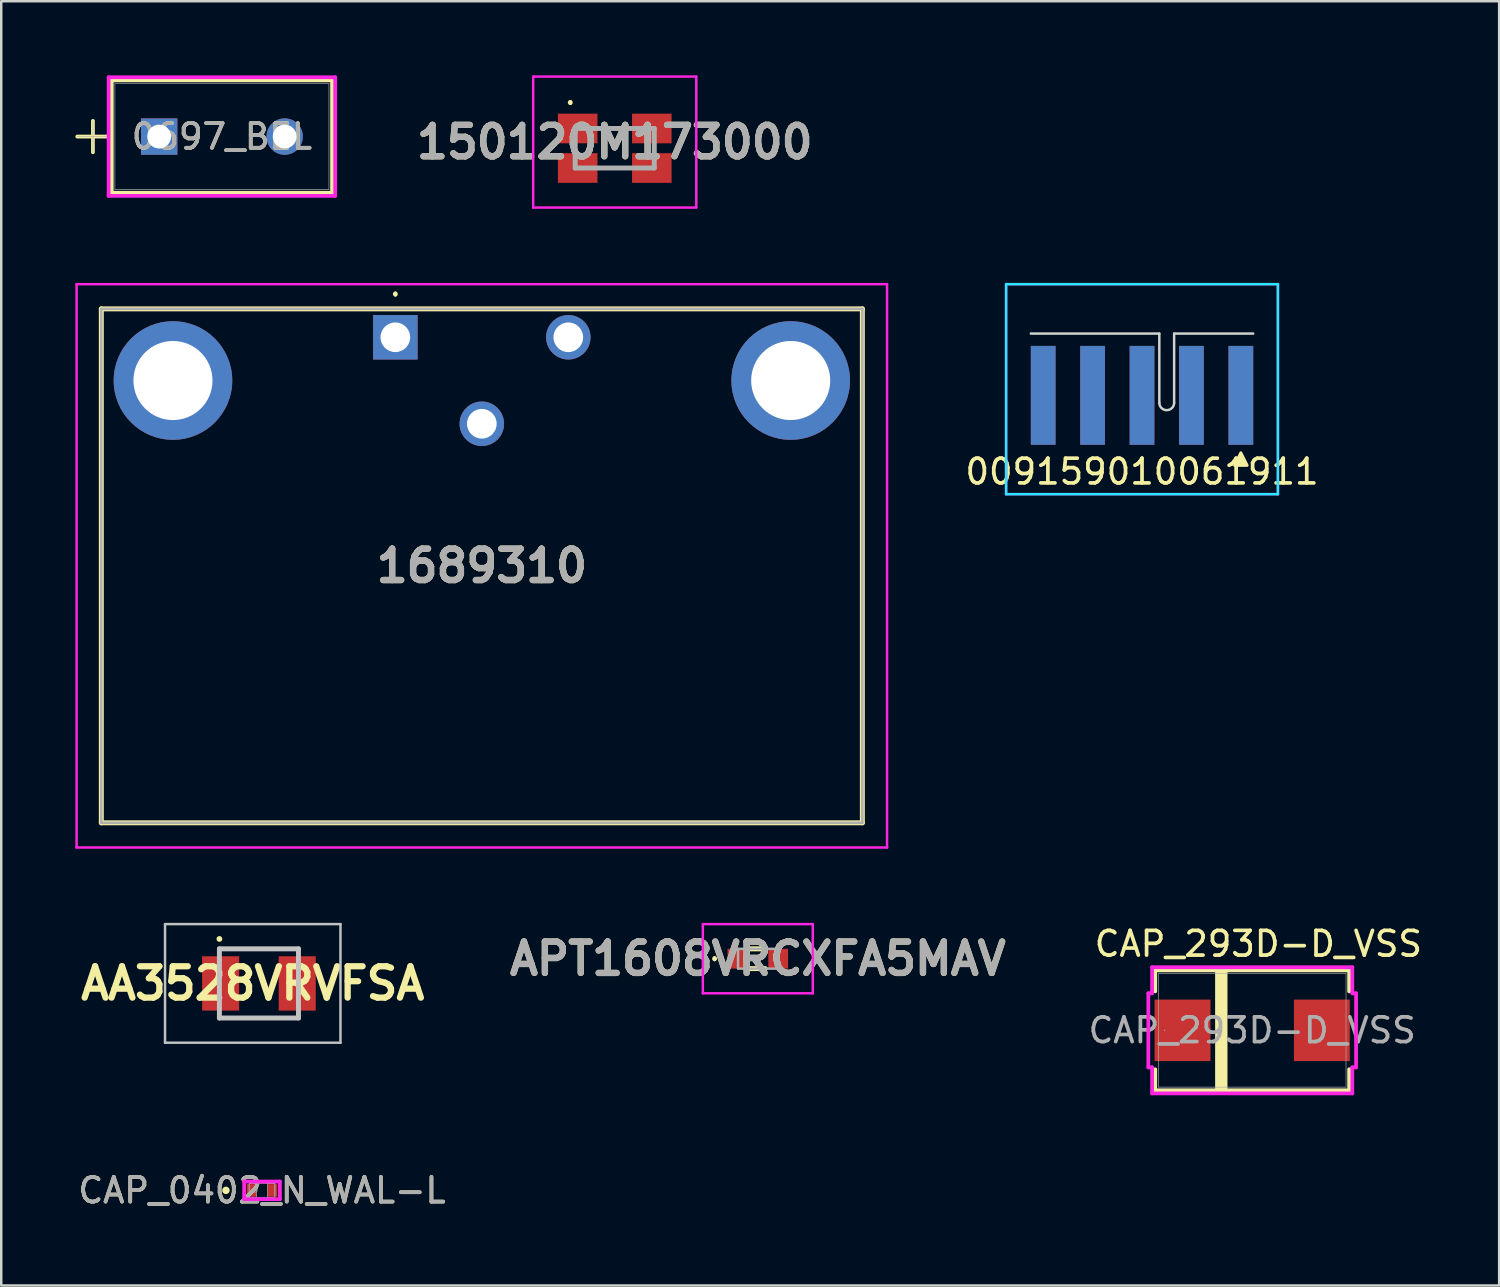
<source format=kicad_pcb>
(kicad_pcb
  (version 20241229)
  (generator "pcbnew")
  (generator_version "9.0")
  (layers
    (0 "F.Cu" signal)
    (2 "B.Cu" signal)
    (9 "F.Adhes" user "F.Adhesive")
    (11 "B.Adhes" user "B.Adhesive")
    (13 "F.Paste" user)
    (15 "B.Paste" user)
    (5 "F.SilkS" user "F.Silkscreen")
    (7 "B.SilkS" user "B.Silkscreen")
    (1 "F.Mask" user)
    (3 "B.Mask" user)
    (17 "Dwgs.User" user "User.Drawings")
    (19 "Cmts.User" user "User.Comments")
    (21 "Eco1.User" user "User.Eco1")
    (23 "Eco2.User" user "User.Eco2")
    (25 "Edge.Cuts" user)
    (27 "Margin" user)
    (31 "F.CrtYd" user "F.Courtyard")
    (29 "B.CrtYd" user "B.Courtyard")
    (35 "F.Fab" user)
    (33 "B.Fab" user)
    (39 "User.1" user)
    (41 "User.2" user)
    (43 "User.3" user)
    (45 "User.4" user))
  (footprint "009159010061911"
    (layer "F.Cu")
    (at 43.168 10.45)
    (property "Reference" "009159010061911" (at 0 5.588 0) (unlocked yes) (layer "F.SilkS") (effects (font (size 1 1) (thickness 0.15))))
    (fp_poly (pts (xy 3.746 5.334) (xy 4 4.826) (xy 4.254 5.334)) (stroke (width 0.12) (type solid)) (fill yes) (layer "F.SilkS"))
    (fp_line (start -4.5 0) (end 0.7 0) (stroke (width 0.1) (type solid)) (layer "Edge.Cuts"))
    (fp_line (start 0.7 0) (end 0.7 2.8) (stroke (width 0.1) (type solid)) (layer "Edge.Cuts"))
    (fp_line (start 1.3 0) (end 1.3 2.8) (stroke (width 0.1) (type solid)) (layer "Edge.Cuts"))
    (fp_line (start 1.3 0) (end 4.5 0) (stroke (width 0.1) (type solid)) (layer "Edge.Cuts"))
    (fp_arc (start 1.3 2.8) (mid 1 3.1) (end 0.7 2.8) (stroke (width 0.1) (type solid)) (layer "Edge.Cuts"))
    (fp_line (start -5.5 -2) (end 5.5 -2) (stroke (width 0.1) (type solid)) (layer "B.CrtYd"))
    (fp_line (start -5.5 6.5) (end -5.5 -2) (stroke (width 0.1) (type solid)) (layer "B.CrtYd"))
    (fp_line (start 5.5 -2) (end 5.5 6.5) (stroke (width 0.1) (type solid)) (layer "B.CrtYd"))
    (fp_line (start 5.5 6.5) (end -5.5 6.5) (stroke (width 0.1) (type solid)) (layer "B.CrtYd"))
    (fp_line (start -5.5 -2) (end 5.5 -2) (stroke (width 0.1) (type solid)) (layer "F.CrtYd"))
    (fp_line (start -5.5 6.5) (end -5.5 -2) (stroke (width 0.1) (type solid)) (layer "F.CrtYd"))
    (fp_line (start 5.5 -2) (end 5.5 6.5) (stroke (width 0.1) (type solid)) (layer "F.CrtYd"))
    (fp_line (start 5.5 6.5) (end -5.5 6.5) (stroke (width 0.1) (type solid)) (layer "F.CrtYd"))
    (pad "1" connect rect (at 4 2.5) (size 1 4) (layers "F.Cu" "F.Mask"))
    (pad "2" connect rect (at 2 2.5) (size 1 4) (layers "F.Cu" "F.Mask"))
    (pad "3" connect rect (at 0 2.5) (size 1 4) (layers "F.Cu" "F.Mask"))
    (pad "4" connect rect (at -2 2.5) (size 1 4) (layers "F.Cu" "F.Mask"))
    (pad "5" connect rect (at -4 2.5) (size 1 4) (layers "F.Cu" "F.Mask"))
    (pad "6" connect rect (at 4 2.5) (size 1 4) (layers "B.Cu" "B.Mask"))
    (pad "7" connect rect (at 2 2.5) (size 1 4) (layers "B.Cu" "B.Mask"))
    (pad "8" connect rect (at 0 2.5) (size 1 4) (layers "B.Cu" "B.Mask"))
    (pad "9" connect rect (at -2 2.5) (size 1 4) (layers "B.Cu" "B.Mask"))
    (pad "10" connect rect (at -4 2.5) (size 1 4) (layers "B.Cu" "B.Mask")))
  (footprint "AA3528VRVFSA"
    (layer "F.Cu")
    (at 7.429 36.75)
    (property "Reference" "AA3528VRVFSA" (at -0.25 0 0) (layer "F.SilkS") (effects (font (size 1.27 1.27) (thickness 0.254))))
    (attr smd)
    (fp_line (start -1.55 -1.4) (end 1.55 -1.4) (stroke (width 0.1) (type solid)) (layer "F.SilkS"))
    (fp_line (start -1.55 1.4) (end 1.55 1.4) (stroke (width 0.1) (type solid)) (layer "F.SilkS"))
    (fp_circle (center -1.6 -1.8) (end -1.543 -1.8) (stroke (width 0.12) (type solid)) (fill yes) (layer "F.SilkS"))
    (fp_line (start -3.8 -2.4) (end 3.3 -2.4) (stroke (width 0.1) (type solid)) (layer "Dwgs.User"))
    (fp_line (start -3.8 2.4) (end -3.8 -2.4) (stroke (width 0.1) (type solid)) (layer "Dwgs.User"))
    (fp_line (start -1.6 -1.4) (end 1.6 -1.4) (stroke (width 0.2) (type solid)) (layer "Dwgs.User"))
    (fp_line (start -1.6 1.4) (end -1.6 -1.4) (stroke (width 0.2) (type solid)) (layer "Dwgs.User"))
    (fp_line (start 1.6 -1.4) (end 1.6 1.4) (stroke (width 0.2) (type solid)) (layer "Dwgs.User"))
    (fp_line (start 1.6 1.4) (end -1.6 1.4) (stroke (width 0.2) (type solid)) (layer "Dwgs.User"))
    (fp_line (start 3.3 -2.4) (end 3.3 2.4) (stroke (width 0.1) (type solid)) (layer "Dwgs.User"))
    (fp_line (start 3.3 2.4) (end -3.8 2.4) (stroke (width 0.1) (type solid)) (layer "Dwgs.User"))
    (pad "1" smd rect (at -1.55 0) (size 1.5 2.2) (layers "F.Cu" "F.Mask" "F.Paste"))
    (pad "2" smd rect (at 1.55 0) (size 1.5 2.2) (layers "F.Cu" "F.Mask" "F.Paste")))
  (footprint "0697_BEL"
    (layer "F.Cu")
    (at 3.391 2.477)
    (property "Reference" "0697_BEL" (at 2.54 0 0) (unlocked yes) (layer "F.SilkS") (effects (font (size 1 1) (thickness 0.15))))
    (attr through_hole)
    (fp_line (start -3.315 0) (end -2.045 0) (stroke (width 0.152) (type solid)) (layer "F.SilkS"))
    (fp_line (start -2.68 -0.635) (end -2.68 0.635) (stroke (width 0.152) (type solid)) (layer "F.SilkS"))
    (fp_line (start -1.918 -2.273) (end -1.918 2.273) (stroke (width 0.152) (type solid)) (layer "F.SilkS"))
    (fp_line (start 6.998 -2.273) (end -1.918 -2.273) (stroke (width 0.152) (type solid)) (layer "F.SilkS"))
    (fp_line (start 6.998 -2.273) (end 6.998 2.273) (stroke (width 0.152) (type solid)) (layer "F.SilkS"))
    (fp_line (start 6.998 2.273) (end -1.918 2.273) (stroke (width 0.152) (type solid)) (layer "F.SilkS"))
    (fp_line (start -2.045 -2.4) (end 7.125 -2.4) (stroke (width 0.152) (type solid)) (layer "F.CrtYd"))
    (fp_line (start -2.045 2.4) (end -2.045 -2.4) (stroke (width 0.152) (type solid)) (layer "F.CrtYd"))
    (fp_line (start 7.125 -2.4) (end 7.125 2.4) (stroke (width 0.152) (type solid)) (layer "F.CrtYd"))
    (fp_line (start 7.125 2.4) (end -2.045 2.4) (stroke (width 0.152) (type solid)) (layer "F.CrtYd"))
    (fp_line (start -3.315 0) (end -2.045 0) (stroke (width 0.025) (type solid)) (layer "F.Fab"))
    (fp_line (start -2.68 -0.635) (end -2.68 0.635) (stroke (width 0.025) (type solid)) (layer "F.Fab"))
    (fp_line (start -1.791 -2.146) (end -1.791 2.146) (stroke (width 0.025) (type solid)) (layer "F.Fab"))
    (fp_line (start 6.871 -2.146) (end -1.791 -2.146) (stroke (width 0.025) (type solid)) (layer "F.Fab"))
    (fp_line (start 6.871 -2.146) (end 6.871 2.146) (stroke (width 0.025) (type solid)) (layer "F.Fab"))
    (fp_line (start 6.871 2.146) (end -1.791 2.146) (stroke (width 0.025) (type solid)) (layer "F.Fab"))
    (fp_text user "${REFERENCE}" (at 2.54 0 0) (unlocked yes) (layer "F.Fab") (effects (font (size 1 1) (thickness 0.15))))
    (pad "1" thru_hole rect (at 0 0) (size 1.473 1.473) (drill 0.965) (layers "*.Cu" "*.Mask"))
    (pad "2" thru_hole circle (at 5.08 0) (size 1.473 1.473) (drill 0.965) (layers "*.Cu" "*.Mask")))
  (footprint "CAP_293D-D_VSS"
    (layer "F.Cu")
    (at 47.627 38.648)
    (property "Reference" "CAP_293D-D_VSS" (at 0.25 -3.5 0) (unlocked yes) (layer "F.SilkS") (effects (font (size 1 1) (thickness 0.15))))
    (attr smd)
    (fp_line (start -3.924 -2.426) (end -3.924 -1.577) (stroke (width 0.152) (type solid)) (layer "F.SilkS"))
    (fp_line (start -3.924 1.577) (end -3.924 2.426) (stroke (width 0.152) (type solid)) (layer "F.SilkS"))
    (fp_line (start -3.924 2.426) (end 3.924 2.426) (stroke (width 0.152) (type solid)) (layer "F.SilkS"))
    (fp_line (start 3.924 -2.426) (end -3.924 -2.426) (stroke (width 0.152) (type solid)) (layer "F.SilkS"))
    (fp_line (start 3.924 -1.577) (end 3.924 -2.426) (stroke (width 0.152) (type solid)) (layer "F.SilkS"))
    (fp_line (start 3.924 2.426) (end 3.924 1.577) (stroke (width 0.152) (type solid)) (layer "F.SilkS"))
    (fp_poly (pts (xy -1 -2.5) (xy -1 2.5) (xy -1.5 2.5) (xy -1.5 -2.5)) (stroke (width 0) (type solid)) (fill yes) (layer "F.SilkS"))
    (fp_line (start -4.204 -1.499) (end -4.051 -1.499) (stroke (width 0.152) (type solid)) (layer "F.CrtYd"))
    (fp_line (start -4.204 1.499) (end -4.204 -1.499) (stroke (width 0.152) (type solid)) (layer "F.CrtYd"))
    (fp_line (start -4.051 -2.553) (end 4.051 -2.553) (stroke (width 0.152) (type solid)) (layer "F.CrtYd"))
    (fp_line (start -4.051 -1.499) (end -4.051 -2.553) (stroke (width 0.152) (type solid)) (layer "F.CrtYd"))
    (fp_line (start -4.051 1.499) (end -4.204 1.499) (stroke (width 0.152) (type solid)) (layer "F.CrtYd"))
    (fp_line (start -4.051 2.553) (end -4.051 1.499) (stroke (width 0.152) (type solid)) (layer "F.CrtYd"))
    (fp_line (start 4.051 -2.553) (end 4.051 -1.499) (stroke (width 0.152) (type solid)) (layer "F.CrtYd"))
    (fp_line (start 4.051 -1.499) (end 4.204 -1.499) (stroke (width 0.152) (type solid)) (layer "F.CrtYd"))
    (fp_line (start 4.051 1.499) (end 4.051 2.553) (stroke (width 0.152) (type solid)) (layer "F.CrtYd"))
    (fp_line (start 4.051 2.553) (end -4.051 2.553) (stroke (width 0.152) (type solid)) (layer "F.CrtYd"))
    (fp_line (start 4.204 -1.499) (end 4.204 1.499) (stroke (width 0.152) (type solid)) (layer "F.CrtYd"))
    (fp_line (start 4.204 1.499) (end 4.051 1.499) (stroke (width 0.152) (type solid)) (layer "F.CrtYd"))
    (fp_line (start -3.797 -2.299) (end -3.797 2.299) (stroke (width 0.025) (type solid)) (layer "F.Fab"))
    (fp_line (start -3.797 2.299) (end 3.797 2.299) (stroke (width 0.025) (type solid)) (layer "F.Fab"))
    (fp_line (start 3.797 -2.299) (end -3.797 -2.299) (stroke (width 0.025) (type solid)) (layer "F.Fab"))
    (fp_line (start 3.797 2.299) (end 3.797 -2.299) (stroke (width 0.025) (type solid)) (layer "F.Fab"))
    (fp_circle (center -3.543 0) (end -3.543 0) (stroke (width 0.025) (type solid)) (fill no) (layer "F.Fab"))
    (fp_text user "${REFERENCE}" (at 0 0 0) (unlocked yes) (layer "F.Fab") (effects (font (size 1 1) (thickness 0.15))))
    (pad "1" smd rect (at -2.819 0 90) (size 2.489 2.261) (layers "F.Cu" "F.Mask" "F.Paste"))
    (pad "2" smd rect (at 2.819 0 90) (size 2.489 2.261) (layers "F.Cu" "F.Mask" "F.Paste"))
    (zone (net_name "") (layer "F.Cu") (hatch full 0.508) (connect_pads) (min_thickness 0.254) (filled_areas_thickness no) (keepout (tracks not_allowed) (vias not_allowed) (pads allowed) (copperpour not_allowed) (footprints allowed)) (placement (enabled no)) (fill) (polygon (pts (xy 43.88 36.4) (xy 51.373 36.4) (xy 51.373 37.353) (xy 43.88 37.353))))
    (zone (net_name "") (layer "F.Cu") (hatch full 0.508) (connect_pads) (min_thickness 0.254) (filled_areas_thickness no) (keepout (tracks not_allowed) (vias not_allowed) (pads allowed) (copperpour not_allowed) (footprints allowed)) (placement (enabled no)) (fill) (polygon (pts (xy 43.88 39.944) (xy 51.373 39.944) (xy 51.373 40.896) (xy 43.88 40.896))))
    (zone (net_name "") (layer "F.Cu") (hatch full 0.508) (connect_pads) (min_thickness 0.254) (filled_areas_thickness no) (keepout (tracks not_allowed) (vias not_allowed) (pads allowed) (copperpour not_allowed) (footprints allowed)) (placement (enabled no)) (fill) (polygon (pts (xy 45.988 37.353) (xy 49.265 37.353) (xy 49.265 39.944) (xy 45.988 39.944)))))
  (footprint "APT1608VRCXFA5MAV"
    (layer "F.Cu")
    (at 27.62 35.75)
    (property "Reference" "APT1608VRCXFA5MAV" (at 0 0 0) (layer "F.SilkS") (effects (font (size 1.27 1.27) (thickness 0.254))))
    (attr smd)
    (fp_line (start -1.75 -0.05) (end -1.75 -0.05) (stroke (width 0.1) (type solid)) (layer "F.SilkS"))
    (fp_line (start -1.75 0.05) (end -1.75 0.05) (stroke (width 0.1) (type solid)) (layer "F.SilkS"))
    (fp_line (start -0.3 -0.4) (end 0.3 -0.4) (stroke (width 0.2) (type solid)) (layer "F.SilkS"))
    (fp_line (start -0.3 0.4) (end 0.3 0.4) (stroke (width 0.2) (type solid)) (layer "F.SilkS"))
    (fp_arc (start -1.75 -0.05) (mid -1.7 0) (end -1.75 0.05) (stroke (width 0.1) (type solid)) (layer "F.SilkS"))
    (fp_arc (start -1.75 0.05) (mid -1.8 0) (end -1.75 -0.05) (stroke (width 0.1) (type solid)) (layer "F.SilkS"))
    (fp_line (start -2.225 -1.4) (end 2.225 -1.4) (stroke (width 0.1) (type solid)) (layer "F.CrtYd"))
    (fp_line (start -2.225 1.4) (end -2.225 -1.4) (stroke (width 0.1) (type solid)) (layer "F.CrtYd"))
    (fp_line (start 2.225 -1.4) (end 2.225 1.4) (stroke (width 0.1) (type solid)) (layer "F.CrtYd"))
    (fp_line (start 2.225 1.4) (end -2.225 1.4) (stroke (width 0.1) (type solid)) (layer "F.CrtYd"))
    (fp_line (start -0.8 -0.4) (end 0.8 -0.4) (stroke (width 0.1) (type solid)) (layer "F.Fab"))
    (fp_line (start -0.8 0.4) (end -0.8 -0.4) (stroke (width 0.1) (type solid)) (layer "F.Fab"))
    (fp_line (start 0.8 -0.4) (end 0.8 0.4) (stroke (width 0.1) (type solid)) (layer "F.Fab"))
    (fp_line (start 0.8 0.4) (end -0.8 0.4) (stroke (width 0.1) (type solid)) (layer "F.Fab"))
    (fp_text user "${REFERENCE}" (at 0 0 0) (layer "F.Fab") (effects (font (size 1.27 1.27) (thickness 0.254))))
    (pad "1" smd rect (at -0.825 0) (size 0.8 0.8) (layers "F.Cu" "F.Mask" "F.Paste"))
    (pad "2" smd rect (at 0.825 0) (size 0.8 0.8) (layers "F.Cu" "F.Mask" "F.Paste")))
  (footprint "1689310"
    (layer "F.Cu")
    (at 12.95 10.6)
    (property "Reference" "1689310" (at 3.5 9.25 0) (layer "F.SilkS") (effects (font (size 1.27 1.27) (thickness 0.254))))
    (attr through_hole)
    (fp_line (start -11.9 -1.15) (end -11.9 19.65) (stroke (width 0.2) (type solid)) (layer "F.SilkS"))
    (fp_line (start -11.9 19.65) (end 18.9 19.65) (stroke (width 0.2) (type solid)) (layer "F.SilkS"))
    (fp_line (start 0 -1.8) (end 0 -1.8) (stroke (width 0.1) (type solid)) (layer "F.SilkS"))
    (fp_line (start 0 -1.7) (end 0 -1.7) (stroke (width 0.1) (type solid)) (layer "F.SilkS"))
    (fp_line (start 18.9 -1.15) (end -11.9 -1.15) (stroke (width 0.2) (type solid)) (layer "F.SilkS"))
    (fp_line (start 18.9 19.65) (end 18.9 -1.15) (stroke (width 0.2) (type solid)) (layer "F.SilkS"))
    (fp_arc (start 0 -1.8) (mid 0.05 -1.75) (end 0 -1.7) (stroke (width 0.1) (type solid)) (layer "F.SilkS"))
    (fp_arc (start 0 -1.7) (mid -0.05 -1.75) (end 0 -1.8) (stroke (width 0.1) (type solid)) (layer "F.SilkS"))
    (fp_line (start -12.9 -2.15) (end 19.9 -2.15) (stroke (width 0.1) (type solid)) (layer "F.CrtYd"))
    (fp_line (start -12.9 20.65) (end -12.9 -2.15) (stroke (width 0.1) (type solid)) (layer "F.CrtYd"))
    (fp_line (start 19.9 -2.15) (end 19.9 20.65) (stroke (width 0.1) (type solid)) (layer "F.CrtYd"))
    (fp_line (start 19.9 20.65) (end -12.9 20.65) (stroke (width 0.1) (type solid)) (layer "F.CrtYd"))
    (fp_line (start -11.9 -1.15) (end -11.9 19.65) (stroke (width 0.1) (type solid)) (layer "F.Fab"))
    (fp_line (start -11.9 19.65) (end 18.9 19.65) (stroke (width 0.1) (type solid)) (layer "F.Fab"))
    (fp_line (start 18.9 -1.15) (end -11.9 -1.15) (stroke (width 0.1) (type solid)) (layer "F.Fab"))
    (fp_line (start 18.9 19.65) (end 18.9 -1.15) (stroke (width 0.1) (type solid)) (layer "F.Fab"))
    (fp_text user "${REFERENCE}" (at 3.5 9.25 0) (layer "F.Fab") (effects (font (size 1.27 1.27) (thickness 0.254))))
    (pad "1" thru_hole rect (at 0 0) (size 1.8 1.8) (drill 1.2) (layers "*.Cu" "*.Mask"))
    (pad "2" thru_hole circle (at 3.5 3.5) (size 1.8 1.8) (drill 1.2) (layers "*.Cu" "*.Mask"))
    (pad "3" thru_hole circle (at 7 0) (size 1.8 1.8) (drill 1.2) (layers "*.Cu" "*.Mask"))
    (pad "MH1" thru_hole circle (at -9 1.75) (size 4.8 4.8) (drill 3.2) (layers "*.Cu" "*.Mask"))
    (pad "MH2" thru_hole circle (at 16 1.75) (size 4.8 4.8) (drill 3.2) (layers "*.Cu" "*.Mask")))
  (footprint "150120M173000"
    (layer "F.Cu")
    (at 21.829 2.95)
    (property "Reference" "150120M173000" (at 0 -0.25 0) (layer "F.SilkS") (effects (font (size 1.27 1.27) (thickness 0.254))))
    (attr smd)
    (fp_line (start -1.8 -1.9) (end -1.8 -1.9) (stroke (width 0.1) (type solid)) (layer "F.SilkS"))
    (fp_line (start -1.8 -1.8) (end -1.8 -1.8) (stroke (width 0.1) (type solid)) (layer "F.SilkS"))
    (fp_line (start -0.4 -0.8) (end 0.4 -0.8) (stroke (width 0.1) (type solid)) (layer "F.SilkS"))
    (fp_line (start -0.4 0.8) (end 0.4 0.8) (stroke (width 0.1) (type solid)) (layer "F.SilkS"))
    (fp_arc (start -1.8 -1.9) (mid -1.75 -1.85) (end -1.8 -1.8) (stroke (width 0.1) (type solid)) (layer "F.SilkS"))
    (fp_arc (start -1.8 -1.8) (mid -1.85 -1.85) (end -1.8 -1.9) (stroke (width 0.1) (type solid)) (layer "F.SilkS"))
    (fp_line (start -3.3 -2.9) (end 3.3 -2.9) (stroke (width 0.1) (type solid)) (layer "F.CrtYd"))
    (fp_line (start -3.3 2.4) (end -3.3 -2.9) (stroke (width 0.1) (type solid)) (layer "F.CrtYd"))
    (fp_line (start 3.3 -2.9) (end 3.3 2.4) (stroke (width 0.1) (type solid)) (layer "F.CrtYd"))
    (fp_line (start 3.3 2.4) (end -3.3 2.4) (stroke (width 0.1) (type solid)) (layer "F.CrtYd"))
    (fp_line (start -1.6 -0.8) (end 1.6 -0.8) (stroke (width 0.2) (type solid)) (layer "F.Fab"))
    (fp_line (start -1.6 0.8) (end -1.6 -0.8) (stroke (width 0.2) (type solid)) (layer "F.Fab"))
    (fp_line (start 1.6 -0.8) (end 1.6 0.8) (stroke (width 0.2) (type solid)) (layer "F.Fab"))
    (fp_line (start 1.6 0.8) (end -1.6 0.8) (stroke (width 0.2) (type solid)) (layer "F.Fab"))
    (fp_text user "${REFERENCE}" (at 0 -0.25 0) (layer "F.Fab") (effects (font (size 1.27 1.27) (thickness 0.254))))
    (pad "1" smd rect (at -1.5 -0.8 90) (size 1.2 1.6) (layers "F.Cu" "F.Mask" "F.Paste"))
    (pad "2" smd rect (at -1.5 0.8 90) (size 1.2 1.6) (layers "F.Cu" "F.Mask" "F.Paste"))
    (pad "3" smd rect (at 1.5 0.8 90) (size 1.2 1.6) (layers "F.Cu" "F.Mask" "F.Paste"))
    (pad "4" smd rect (at 1.5 -0.8 90) (size 1.2 1.6) (layers "F.Cu" "F.Mask" "F.Paste")))
  (footprint "CAP_0402_N_WAL-L"
    (layer "F.Cu")
    (at 7.554 45.125)
    (property "Reference" "CAP_0402_N_WAL-L" (at 0 0 0) (unlocked yes) (layer "F.SilkS") (effects (font (size 1 1) (thickness 0.15))))
    (attr smd)
    (fp_circle (center -1.46 0) (end -1.384 0) (stroke (width 0.152) (type solid)) (fill no) (layer "F.SilkS"))
    (fp_line (start -0.724 -0.356) (end 0.724 -0.356) (stroke (width 0.152) (type solid)) (layer "F.CrtYd"))
    (fp_line (start -0.724 0.356) (end -0.724 -0.356) (stroke (width 0.152) (type solid)) (layer "F.CrtYd"))
    (fp_line (start 0.724 -0.356) (end 0.724 0.356) (stroke (width 0.152) (type solid)) (layer "F.CrtYd"))
    (fp_line (start 0.724 0.356) (end -0.724 0.356) (stroke (width 0.152) (type solid)) (layer "F.CrtYd"))
    (fp_line (start -0.521 -0.279) (end -0.521 0.279) (stroke (width 0.025) (type solid)) (layer "F.Fab"))
    (fp_line (start -0.521 -0.279) (end -0.521 0.279) (stroke (width 0.025) (type solid)) (layer "F.Fab"))
    (fp_line (start -0.521 0.279) (end -0.216 0.279) (stroke (width 0.025) (type solid)) (layer "F.Fab"))
    (fp_line (start -0.521 0.279) (end 0.521 0.279) (stroke (width 0.025) (type solid)) (layer "F.Fab"))
    (fp_line (start -0.216 -0.279) (end -0.521 -0.279) (stroke (width 0.025) (type solid)) (layer "F.Fab"))
    (fp_line (start -0.216 0.279) (end -0.216 -0.279) (stroke (width 0.025) (type solid)) (layer "F.Fab"))
    (fp_line (start 0.216 -0.279) (end 0.216 0.279) (stroke (width 0.025) (type solid)) (layer "F.Fab"))
    (fp_line (start 0.216 0.279) (end 0.521 0.279) (stroke (width 0.025) (type solid)) (layer "F.Fab"))
    (fp_line (start 0.521 -0.279) (end -0.521 -0.279) (stroke (width 0.025) (type solid)) (layer "F.Fab"))
    (fp_line (start 0.521 -0.279) (end 0.216 -0.279) (stroke (width 0.025) (type solid)) (layer "F.Fab"))
    (fp_line (start 0.521 0.279) (end 0.521 -0.279) (stroke (width 0.025) (type solid)) (layer "F.Fab"))
    (fp_line (start 0.521 0.279) (end 0.521 -0.279) (stroke (width 0.025) (type solid)) (layer "F.Fab"))
    (fp_circle (center -0.267 0) (end -0.191 0) (stroke (width 0.025) (type solid)) (fill no) (layer "F.Fab"))
    (fp_text user "${REFERENCE}" (at 0 0 0) (unlocked yes) (layer "F.Fab") (effects (font (size 1 1) (thickness 0.15))))
    (pad "1" smd rect (at -0.419 0) (size 0.406 0.508) (layers "F.Cu" "F.Mask" "F.Paste"))
    (pad "2" smd rect (at 0.419 0) (size 0.406 0.508) (layers "F.Cu" "F.Mask" "F.Paste"))
    (zone (net_name "") (layer "F.Cu") (hatch full 0.508) (connect_pads) (min_thickness 0.254) (filled_areas_thickness no) (keepout (tracks not_allowed) (vias not_allowed) (pads allowed) (copperpour not_allowed) (footprints allowed)) (placement (enabled no)) (fill) (polygon (pts (xy 7.388 44.897) (xy 7.719 44.897) (xy 7.719 45.354) (xy 7.388 45.354)))))
  (gr_rect
    (start -3 -3)
    (end 57.621 48.974)
    (stroke (width 0.1) (type default))
    (fill no)
    (layer "Edge.Cuts")))
</source>
